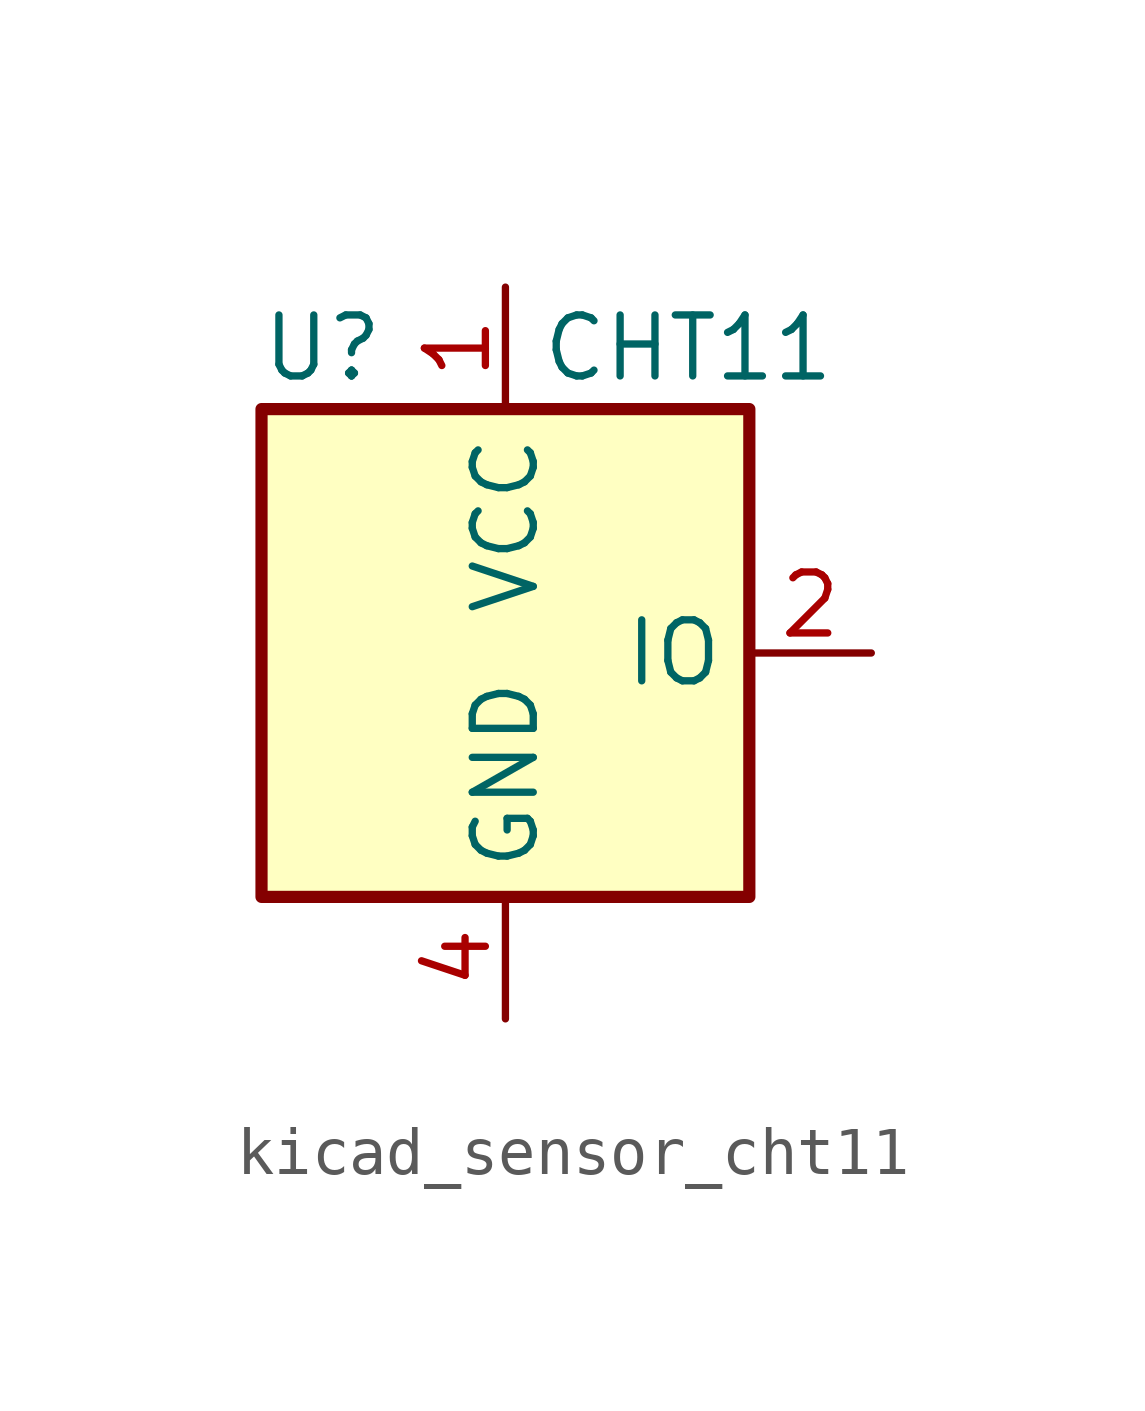
<source format=kicad_sym>
(kicad_symbol_lib
  (version 20220914)
  (generator kicad_symbol_editor)
  (symbol "kicad_sensor_cht11"
    (property "Reference" "U"
      (at -3.81 6.35 0)
      (effects (font (size 1.27 1.27))))
    (property "Value" "CHT11"
      (at 3.81 6.35 0)
      (effects (font (size 1.27 1.27))))
    (symbol "kicad_sensor_cht11_0_1"
      (rectangle (start -5.08 5.08) (end 5.08 -5.08) (stroke (width 0.254) (type default)) (fill (type background))))
    (symbol "kicad_sensor_cht11_1_1"
      (pin power_in line (at 0 7.62 270) (length 2.54) (name "VCC" (effects (font (size 1.27 1.27)))) (number "1" (effects (font (size 1.27 1.27)))))
      (pin bidirectional line (at 7.62 0 180) (length 2.54) (name "IO" (effects (font (size 1.27 1.27)))) (number "2" (effects (font (size 1.27 1.27)))))
      (pin no_connect line (at -5.08 0 0) (length 2.54) hide (name "NC" (effects (font (size 1.27 1.27)))) (number "3" (effects (font (size 1.27 1.27)))))
      (pin power_in line (at 0 -7.62 90) (length 2.54) (name "GND" (effects (font (size 1.27 1.27)))) (number "4" (effects (font (size 1.27 1.27))))))))
</source>
